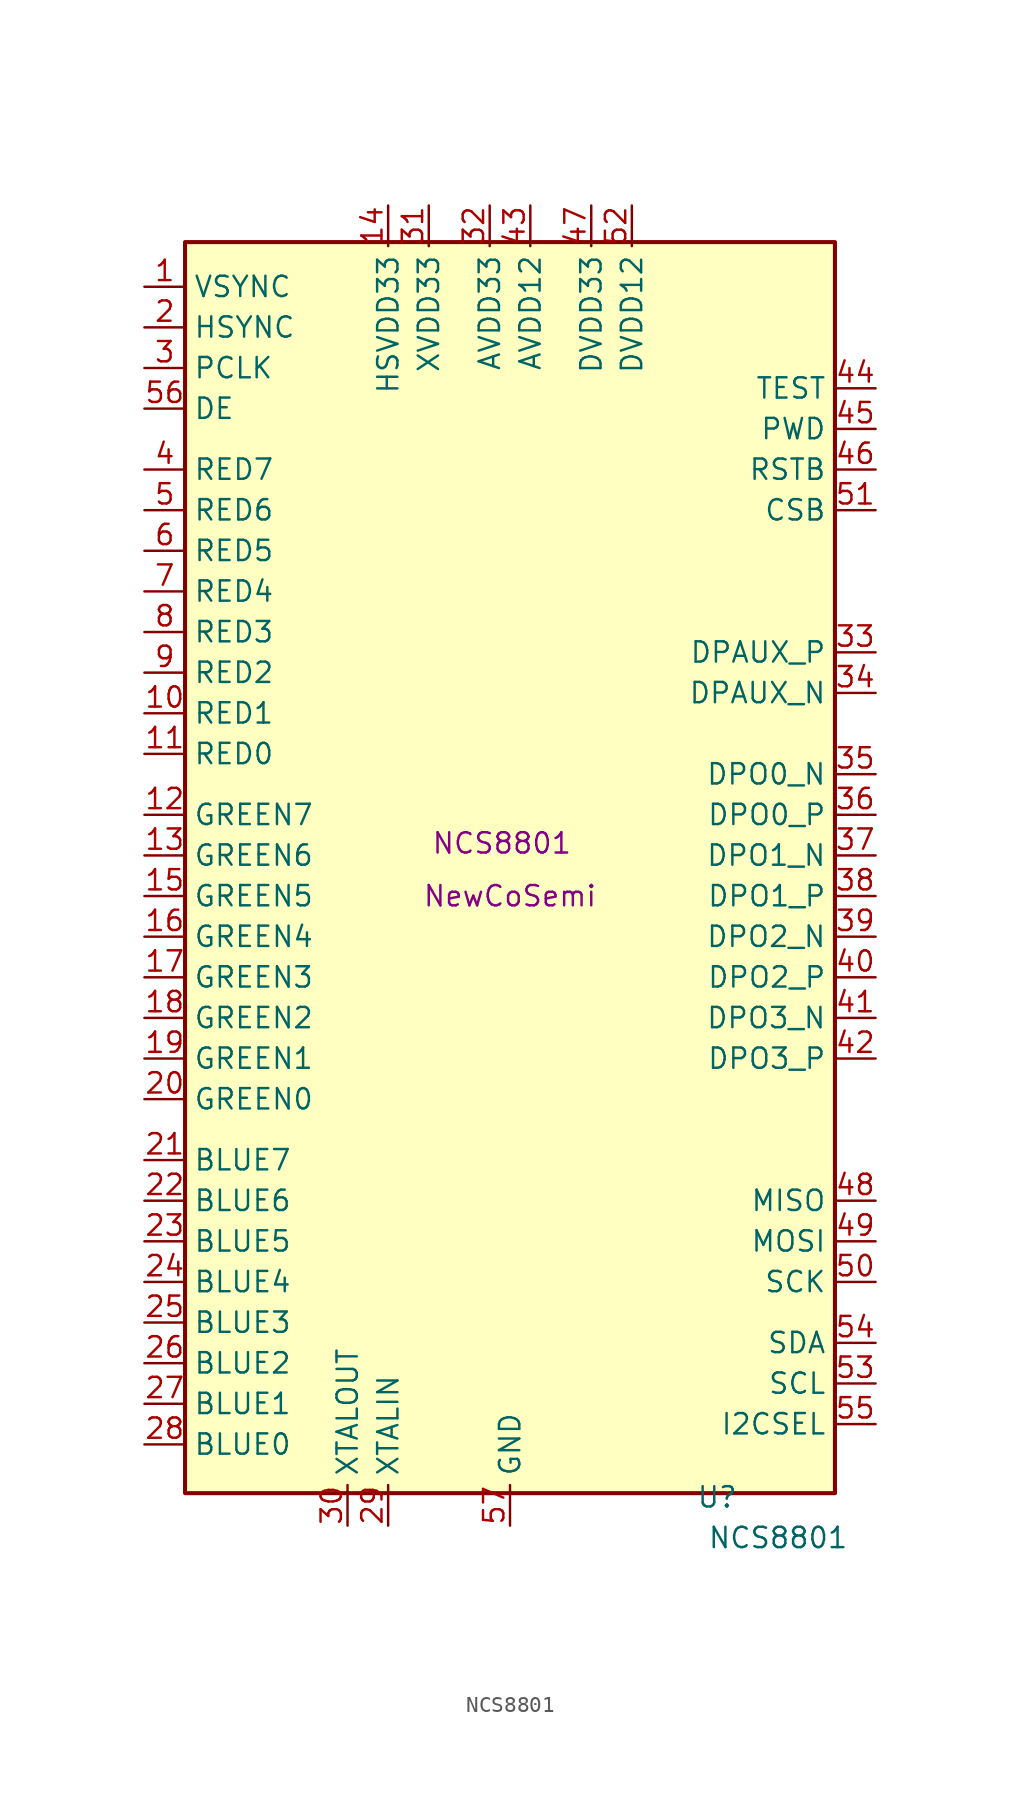
<source format=kicad_sym>
(kicad_symbol_lib
  (version 20231120)
  (generator "kicad_symbol_editor")
  (generator_version "8.0")
  (symbol "NCS8801"
    (property "Reference" "U"
      (at 12.954 -37.592 0)
      (effects (font (size 1.27 1.27))))
    (property "Value" "NCS8801"
      (at 16.764 -40.132 0)
      (effects (font (size 1.27 1.27))))
    (property "MPN" "NCS8801"
      (at -0.508 3.302 0)
      (effects (font (size 1.27 1.27))))
    (property "MFG" "NewCoSemi"
      (at 0 0 0)
      (effects (font (size 1.27 1.27))))
    (symbol "NCS8801_0_1"
      (rectangle (start -20.32 40.894) (end 20.32 -37.338) (stroke (width 0.254) (type default)) (fill (type background))))
    (symbol "NCS8801_1_1"
      (pin input line (at -22.86 38.1 0) (length 2.54) (name "VSYNC" (effects (font (size 1.27 1.27)))) (number "1" (effects (font (size 1.27 1.27)))))
      (pin input line (at -22.86 11.43 0) (length 2.54) (name "RED1" (effects (font (size 1.27 1.27)))) (number "10" (effects (font (size 1.27 1.27)))))
      (pin input line (at -22.86 8.89 0) (length 2.54) (name "RED0" (effects (font (size 1.27 1.27)))) (number "11" (effects (font (size 1.27 1.27)))))
      (pin input line (at -22.86 5.08 0) (length 2.54) (name "GREEN7" (effects (font (size 1.27 1.27)))) (number "12" (effects (font (size 1.27 1.27)))))
      (pin input line (at -22.86 2.54 0) (length 2.54) (name "GREEN6" (effects (font (size 1.27 1.27)))) (number "13" (effects (font (size 1.27 1.27)))))
      (pin power_in line (at -7.62 43.18 270) (length 2.54) (name "HSVDD33" (effects (font (size 1.27 1.27)))) (number "14" (effects (font (size 1.27 1.27)))))
      (pin input line (at -22.86 0 0) (length 2.54) (name "GREEN5" (effects (font (size 1.27 1.27)))) (number "15" (effects (font (size 1.27 1.27)))))
      (pin input line (at -22.86 -2.54 0) (length 2.54) (name "GREEN4" (effects (font (size 1.27 1.27)))) (number "16" (effects (font (size 1.27 1.27)))))
      (pin input line (at -22.86 -5.08 0) (length 2.54) (name "GREEN3" (effects (font (size 1.27 1.27)))) (number "17" (effects (font (size 1.27 1.27)))))
      (pin input line (at -22.86 -7.62 0) (length 2.54) (name "GREEN2" (effects (font (size 1.27 1.27)))) (number "18" (effects (font (size 1.27 1.27)))))
      (pin input line (at -22.86 -10.16 0) (length 2.54) (name "GREEN1" (effects (font (size 1.27 1.27)))) (number "19" (effects (font (size 1.27 1.27)))))
      (pin input line (at -22.86 35.56 0) (length 2.54) (name "HSYNC" (effects (font (size 1.27 1.27)))) (number "2" (effects (font (size 1.27 1.27)))))
      (pin input line (at -22.86 -12.7 0) (length 2.54) (name "GREEN0" (effects (font (size 1.27 1.27)))) (number "20" (effects (font (size 1.27 1.27)))))
      (pin input line (at -22.86 -16.51 0) (length 2.54) (name "BLUE7" (effects (font (size 1.27 1.27)))) (number "21" (effects (font (size 1.27 1.27)))))
      (pin input line (at -22.86 -19.05 0) (length 2.54) (name "BLUE6" (effects (font (size 1.27 1.27)))) (number "22" (effects (font (size 1.27 1.27)))))
      (pin input line (at -22.86 -21.59 0) (length 2.54) (name "BLUE5" (effects (font (size 1.27 1.27)))) (number "23" (effects (font (size 1.27 1.27)))))
      (pin input line (at -22.86 -24.13 0) (length 2.54) (name "BLUE4" (effects (font (size 1.27 1.27)))) (number "24" (effects (font (size 1.27 1.27)))))
      (pin input line (at -22.86 -26.67 0) (length 2.54) (name "BLUE3" (effects (font (size 1.27 1.27)))) (number "25" (effects (font (size 1.27 1.27)))))
      (pin input line (at -22.86 -29.21 0) (length 2.54) (name "BLUE2" (effects (font (size 1.27 1.27)))) (number "26" (effects (font (size 1.27 1.27)))))
      (pin input line (at -22.86 -31.75 0) (length 2.54) (name "BLUE1" (effects (font (size 1.27 1.27)))) (number "27" (effects (font (size 1.27 1.27)))))
      (pin input line (at -22.86 -34.29 0) (length 2.54) (name "BLUE0" (effects (font (size 1.27 1.27)))) (number "28" (effects (font (size 1.27 1.27)))))
      (pin passive line (at -7.62 -39.37 90) (length 2.54) (name "XTALIN" (effects (font (size 1.27 1.27)))) (number "29" (effects (font (size 1.27 1.27)))))
      (pin input line (at -22.86 33.02 0) (length 2.54) (name "PCLK" (effects (font (size 1.27 1.27)))) (number "3" (effects (font (size 1.27 1.27)))))
      (pin passive line (at -10.16 -39.37 90) (length 2.54) (name "XTALOUT" (effects (font (size 1.27 1.27)))) (number "30" (effects (font (size 1.27 1.27)))))
      (pin power_in line (at -5.08 43.18 270) (length 2.54) (name "XVDD33" (effects (font (size 1.27 1.27)))) (number "31" (effects (font (size 1.27 1.27)))))
      (pin power_in line (at -1.27 43.18 270) (length 2.54) (name "AVDD33" (effects (font (size 1.27 1.27)))) (number "32" (effects (font (size 1.27 1.27)))))
      (pin output line (at 22.86 15.24 180) (length 2.54) (name "DPAUX_P" (effects (font (size 1.27 1.27)))) (number "33" (effects (font (size 1.27 1.27)))))
      (pin output line (at 22.86 12.7 180) (length 2.54) (name "DPAUX_N" (effects (font (size 1.27 1.27)))) (number "34" (effects (font (size 1.27 1.27)))))
      (pin output line (at 22.86 7.62 180) (length 2.54) (name "DPO0_N" (effects (font (size 1.27 1.27)))) (number "35" (effects (font (size 1.27 1.27)))))
      (pin output line (at 22.86 5.08 180) (length 2.54) (name "DPO0_P" (effects (font (size 1.27 1.27)))) (number "36" (effects (font (size 1.27 1.27)))))
      (pin output line (at 22.86 2.54 180) (length 2.54) (name "DPO1_N" (effects (font (size 1.27 1.27)))) (number "37" (effects (font (size 1.27 1.27)))))
      (pin output line (at 22.86 0 180) (length 2.54) (name "DPO1_P" (effects (font (size 1.27 1.27)))) (number "38" (effects (font (size 1.27 1.27)))))
      (pin output line (at 22.86 -2.54 180) (length 2.54) (name "DPO2_N" (effects (font (size 1.27 1.27)))) (number "39" (effects (font (size 1.27 1.27)))))
      (pin input line (at -22.86 26.67 0) (length 2.54) (name "RED7" (effects (font (size 1.27 1.27)))) (number "4" (effects (font (size 1.27 1.27)))))
      (pin output line (at 22.86 -5.08 180) (length 2.54) (name "DPO2_P" (effects (font (size 1.27 1.27)))) (number "40" (effects (font (size 1.27 1.27)))))
      (pin output line (at 22.86 -7.62 180) (length 2.54) (name "DPO3_N" (effects (font (size 1.27 1.27)))) (number "41" (effects (font (size 1.27 1.27)))))
      (pin output line (at 22.86 -10.16 180) (length 2.54) (name "DPO3_P" (effects (font (size 1.27 1.27)))) (number "42" (effects (font (size 1.27 1.27)))))
      (pin power_in line (at 1.27 43.18 270) (length 2.54) (name "AVDD12" (effects (font (size 1.27 1.27)))) (number "43" (effects (font (size 1.27 1.27)))))
      (pin input line (at 22.86 31.75 180) (length 2.54) (name "TEST" (effects (font (size 1.27 1.27)))) (number "44" (effects (font (size 1.27 1.27)))))
      (pin input line (at 22.86 29.21 180) (length 2.54) (name "PWD" (effects (font (size 1.27 1.27)))) (number "45" (effects (font (size 1.27 1.27)))))
      (pin input line (at 22.86 26.67 180) (length 2.54) (name "RSTB" (effects (font (size 1.27 1.27)))) (number "46" (effects (font (size 1.27 1.27)))))
      (pin power_in line (at 5.08 43.18 270) (length 2.54) (name "DVDD33" (effects (font (size 1.27 1.27)))) (number "47" (effects (font (size 1.27 1.27)))))
      (pin output line (at 22.86 -19.05 180) (length 2.54) (name "MISO" (effects (font (size 1.27 1.27)))) (number "48" (effects (font (size 1.27 1.27)))))
      (pin input line (at 22.86 -21.59 180) (length 2.54) (name "MOSI" (effects (font (size 1.27 1.27)))) (number "49" (effects (font (size 1.27 1.27)))))
      (pin input line (at -22.86 24.13 0) (length 2.54) (name "RED6" (effects (font (size 1.27 1.27)))) (number "5" (effects (font (size 1.27 1.27)))))
      (pin input line (at 22.86 -24.13 180) (length 2.54) (name "SCK" (effects (font (size 1.27 1.27)))) (number "50" (effects (font (size 1.27 1.27)))))
      (pin input line (at 22.86 24.13 180) (length 2.54) (name "CSB" (effects (font (size 1.27 1.27)))) (number "51" (effects (font (size 1.27 1.27)))))
      (pin power_in line (at 7.62 43.18 270) (length 2.54) (name "DVDD12" (effects (font (size 1.27 1.27)))) (number "52" (effects (font (size 1.27 1.27)))))
      (pin input line (at 22.86 -30.48 180) (length 2.54) (name "SCL" (effects (font (size 1.27 1.27)))) (number "53" (effects (font (size 1.27 1.27)))))
      (pin bidirectional line (at 22.86 -27.94 180) (length 2.54) (name "SDA" (effects (font (size 1.27 1.27)))) (number "54" (effects (font (size 1.27 1.27)))))
      (pin input line (at 22.86 -33.02 180) (length 2.54) (name "I2CSEL" (effects (font (size 1.27 1.27)))) (number "55" (effects (font (size 1.27 1.27)))))
      (pin input line (at -22.86 30.48 0) (length 2.54) (name "DE" (effects (font (size 1.27 1.27)))) (number "56" (effects (font (size 1.27 1.27)))))
      (pin power_in line (at 0 -39.37 90) (length 2.54) (name "GND" (effects (font (size 1.27 1.27)))) (number "57" (effects (font (size 1.27 1.27)))))
      (pin input line (at -22.86 21.59 0) (length 2.54) (name "RED5" (effects (font (size 1.27 1.27)))) (number "6" (effects (font (size 1.27 1.27)))))
      (pin input line (at -22.86 19.05 0) (length 2.54) (name "RED4" (effects (font (size 1.27 1.27)))) (number "7" (effects (font (size 1.27 1.27)))))
      (pin input line (at -22.86 16.51 0) (length 2.54) (name "RED3" (effects (font (size 1.27 1.27)))) (number "8" (effects (font (size 1.27 1.27)))))
      (pin input line (at -22.86 13.97 0) (length 2.54) (name "RED2" (effects (font (size 1.27 1.27)))) (number "9" (effects (font (size 1.27 1.27))))))))
</source>
